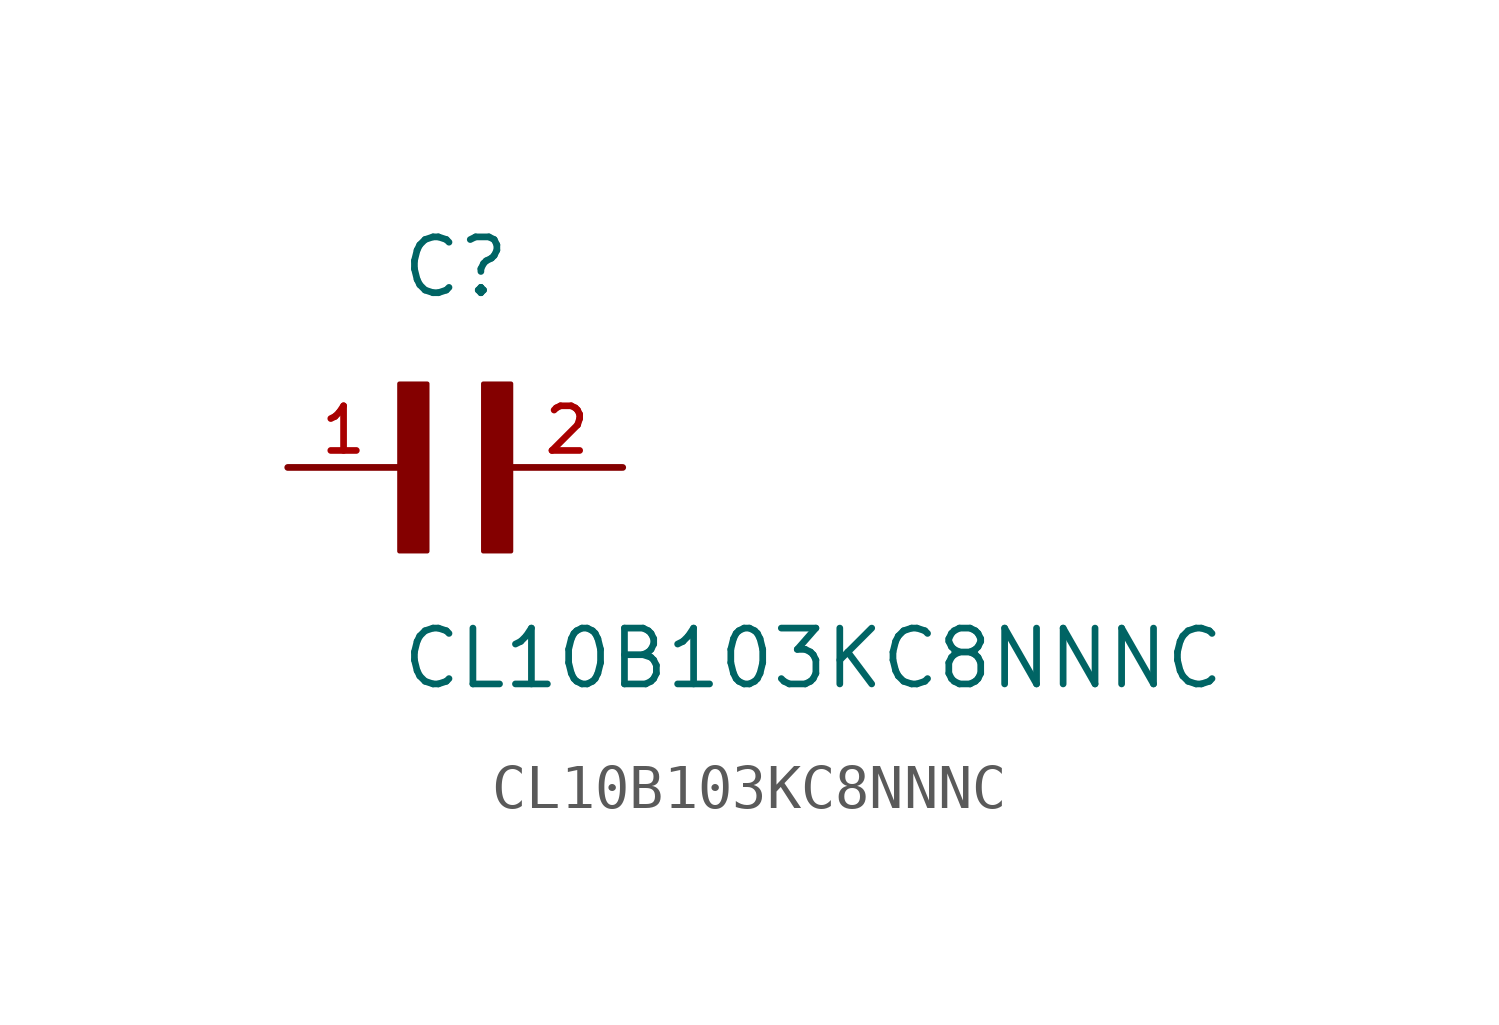
<source format=kicad_sym>
(kicad_symbol_lib
  (version 20211014)
  (generator kicad_symbol_editor)
  (symbol "CL10B103KC8NNNC"
    (pin_names
      (offset 1.016))
    (property "Reference" "C"
      (at 0.0 3.811 0)
      (effects (font (size 1.27 1.27)) (justify bottom left)))
    (property "Value" "CL10B103KC8NNNC"
      (at 0.0 -5.088 0)
      (effects (font (size 1.27 1.27)) (justify bottom left)))
    (symbol "CL10B103KC8NNNC_0_0"
      (rectangle (start 0.0 -1.907) (end 0.635 1.905) (stroke (width 0.1)) (fill (type outline)))
      (rectangle (start 1.907 -1.907) (end 2.54 1.905) (stroke (width 0.1)) (fill (type outline)))
      (pin passive line (at -2.54 0.0 0) (length 2.54) (name "~" (effects (font (size 1.016 1.016)))) (number "1" (effects (font (size 1.016 1.016)))))
      (pin passive line (at 5.08 0.0 180.0) (length 2.54) (name "~" (effects (font (size 1.016 1.016)))) (number "2" (effects (font (size 1.016 1.016))))))))
</source>
